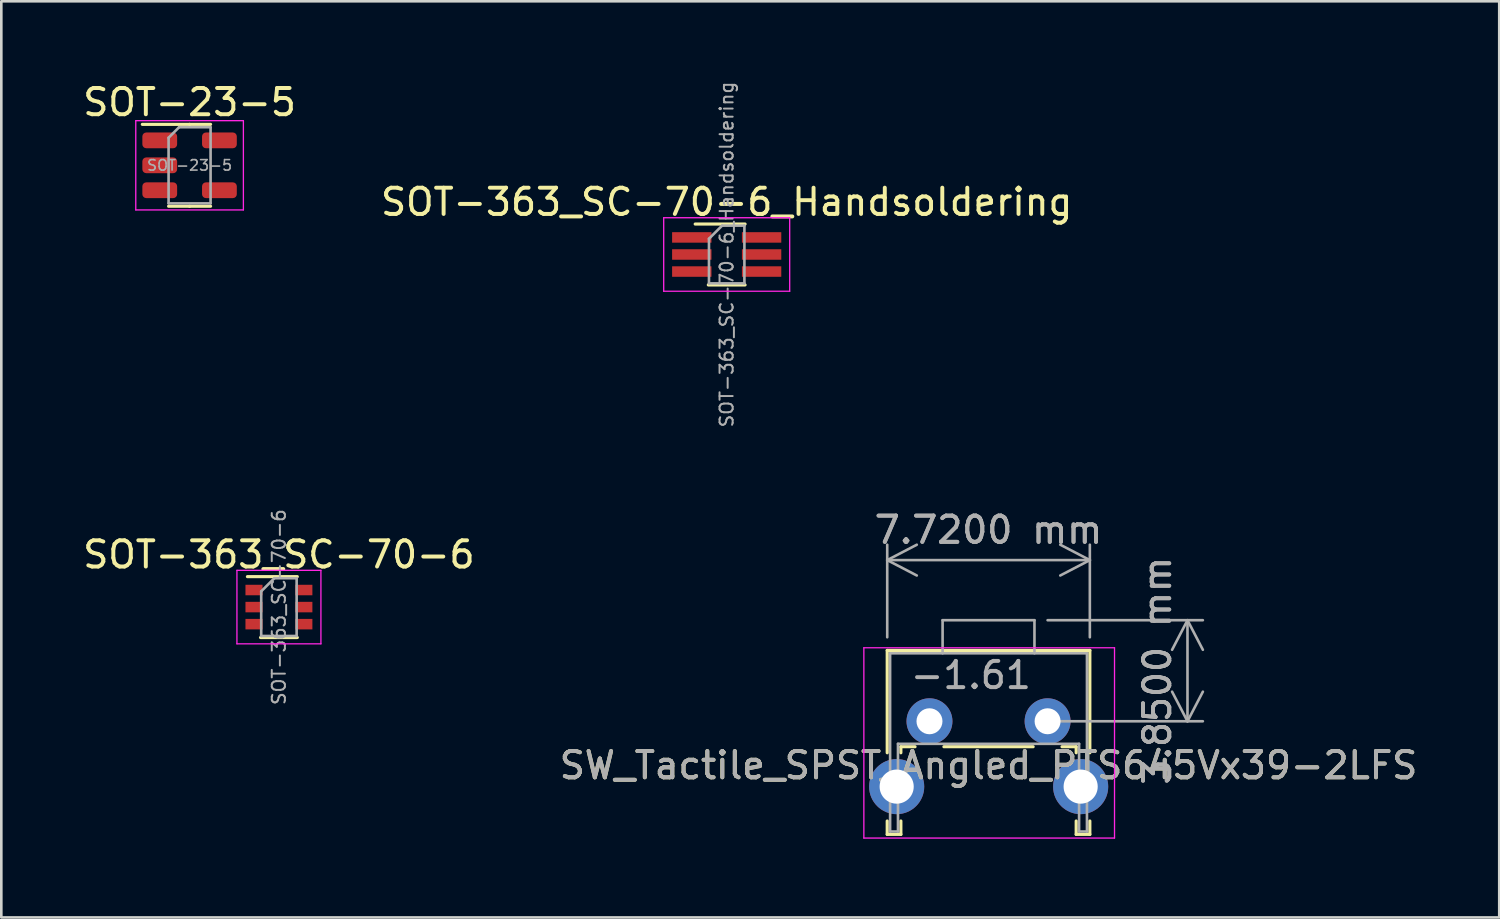
<source format=kicad_pcb>
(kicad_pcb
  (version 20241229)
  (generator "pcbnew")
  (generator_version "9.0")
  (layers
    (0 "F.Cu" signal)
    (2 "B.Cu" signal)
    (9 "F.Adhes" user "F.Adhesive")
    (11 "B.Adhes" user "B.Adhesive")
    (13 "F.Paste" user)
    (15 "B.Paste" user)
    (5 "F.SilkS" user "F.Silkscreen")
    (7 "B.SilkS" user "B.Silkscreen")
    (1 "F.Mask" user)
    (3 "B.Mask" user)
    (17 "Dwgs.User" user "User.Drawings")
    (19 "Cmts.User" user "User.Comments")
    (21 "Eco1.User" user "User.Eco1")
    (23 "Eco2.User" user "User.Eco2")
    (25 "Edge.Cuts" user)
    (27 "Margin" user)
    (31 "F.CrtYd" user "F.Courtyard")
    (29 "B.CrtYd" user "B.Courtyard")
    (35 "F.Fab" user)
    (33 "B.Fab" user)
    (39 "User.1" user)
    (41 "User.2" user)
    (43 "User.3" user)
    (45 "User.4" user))
  (footprint "SOT-23-5"
    (layer "F.Cu")
    (at 4.173 3.248)
    (property "Reference" "SOT-23-5" (at 0 -2.4 180) (layer "F.SilkS") (effects (font (size 1 1) (thickness 0.15))))
    (attr smd)
    (fp_line (start 0 -1.56) (end -1.8 -1.56) (stroke (width 0.12) (type solid)) (layer "F.SilkS"))
    (fp_line (start 0 -1.56) (end 0.8 -1.56) (stroke (width 0.12) (type solid)) (layer "F.SilkS"))
    (fp_line (start 0 1.56) (end -0.8 1.56) (stroke (width 0.12) (type solid)) (layer "F.SilkS"))
    (fp_line (start 0 1.56) (end 0.8 1.56) (stroke (width 0.12) (type solid)) (layer "F.SilkS"))
    (fp_line (start -2.05 -1.7) (end -2.05 1.7) (stroke (width 0.05) (type solid)) (layer "F.CrtYd"))
    (fp_line (start -2.05 1.7) (end 2.05 1.7) (stroke (width 0.05) (type solid)) (layer "F.CrtYd"))
    (fp_line (start 2.05 -1.7) (end -2.05 -1.7) (stroke (width 0.05) (type solid)) (layer "F.CrtYd"))
    (fp_line (start 2.05 1.7) (end 2.05 -1.7) (stroke (width 0.05) (type solid)) (layer "F.CrtYd"))
    (fp_line (start -0.8 -1.05) (end -0.4 -1.45) (stroke (width 0.1) (type solid)) (layer "F.Fab"))
    (fp_line (start -0.8 1.45) (end -0.8 -1.05) (stroke (width 0.1) (type solid)) (layer "F.Fab"))
    (fp_line (start -0.4 -1.45) (end 0.8 -1.45) (stroke (width 0.1) (type solid)) (layer "F.Fab"))
    (fp_line (start 0.8 -1.45) (end 0.8 1.45) (stroke (width 0.1) (type solid)) (layer "F.Fab"))
    (fp_line (start 0.8 1.45) (end -0.8 1.45) (stroke (width 0.1) (type solid)) (layer "F.Fab"))
    (fp_text user "${REFERENCE}" (at 0 0 180) (layer "F.Fab") (effects (font (size 0.4 0.4) (thickness 0.06))))
    (pad "1" smd roundrect (at -1.137 -0.95) (size 1.325 0.6) (layers "F.Cu" "F.Mask" "F.Paste") (roundrect_rratio 0.25))
    (pad "2" smd roundrect (at -1.137 0) (size 1.325 0.6) (layers "F.Cu" "F.Mask" "F.Paste") (roundrect_rratio 0.25))
    (pad "3" smd roundrect (at -1.137 0.95) (size 1.325 0.6) (layers "F.Cu" "F.Mask" "F.Paste") (roundrect_rratio 0.25))
    (pad "4" smd roundrect (at 1.137 0.95) (size 1.325 0.6) (layers "F.Cu" "F.Mask" "F.Paste") (roundrect_rratio 0.25))
    (pad "5" smd roundrect (at 1.137 -0.95) (size 1.325 0.6) (layers "F.Cu" "F.Mask" "F.Paste") (roundrect_rratio 0.25)))
  (footprint "SOT-363_SC-70-6"
    (layer "F.Cu")
    (at 7.577 20.08)
    (property "Reference" "SOT-363_SC-70-6" (at 0 -2 0) (layer "F.SilkS") (effects (font (size 1 1) (thickness 0.15))))
    (attr smd)
    (fp_line (start -0.7 1.16) (end 0.7 1.16) (stroke (width 0.12) (type solid)) (layer "F.SilkS"))
    (fp_line (start 0.7 -1.16) (end -1.2 -1.16) (stroke (width 0.12) (type solid)) (layer "F.SilkS"))
    (fp_line (start -1.6 -1.4) (end -1.6 1.4) (stroke (width 0.05) (type solid)) (layer "F.CrtYd"))
    (fp_line (start -1.6 -1.4) (end 1.6 -1.4) (stroke (width 0.05) (type solid)) (layer "F.CrtYd"))
    (fp_line (start -1.6 1.4) (end 1.6 1.4) (stroke (width 0.05) (type solid)) (layer "F.CrtYd"))
    (fp_line (start 1.6 1.4) (end 1.6 -1.4) (stroke (width 0.05) (type solid)) (layer "F.CrtYd"))
    (fp_line (start -0.675 -0.6) (end -0.675 1.1) (stroke (width 0.1) (type solid)) (layer "F.Fab"))
    (fp_line (start -0.175 -1.1) (end -0.675 -0.6) (stroke (width 0.1) (type solid)) (layer "F.Fab"))
    (fp_line (start 0.675 -1.1) (end -0.175 -1.1) (stroke (width 0.1) (type solid)) (layer "F.Fab"))
    (fp_line (start 0.675 -1.1) (end 0.675 1.1) (stroke (width 0.1) (type solid)) (layer "F.Fab"))
    (fp_line (start 0.675 1.1) (end -0.675 1.1) (stroke (width 0.1) (type solid)) (layer "F.Fab"))
    (fp_text user "${REFERENCE}" (at 0 0 90) (layer "F.Fab") (effects (font (size 0.5 0.5) (thickness 0.075))))
    (pad "1" smd rect (at -0.95 -0.65) (size 0.65 0.4) (layers "F.Cu" "F.Mask" "F.Paste"))
    (pad "2" smd rect (at -0.95 0) (size 0.65 0.4) (layers "F.Cu" "F.Mask" "F.Paste"))
    (pad "3" smd rect (at -0.95 0.65) (size 0.65 0.4) (layers "F.Cu" "F.Mask" "F.Paste"))
    (pad "4" smd rect (at 0.95 0.65) (size 0.65 0.4) (layers "F.Cu" "F.Mask" "F.Paste"))
    (pad "5" smd rect (at 0.95 0) (size 0.65 0.4) (layers "F.Cu" "F.Mask" "F.Paste"))
    (pad "6" smd rect (at 0.95 -0.65) (size 0.65 0.4) (layers "F.Cu" "F.Mask" "F.Paste")))
  (footprint "SW_Tactile_SPST_Angled_PTS645Vx39-2LFS"
    (layer "F.Cu")
    (at 32.363 24.43)
    (property "Reference" "SW_Tactile_SPST_Angled_PTS645Vx39-2LFS" (at 2.25 1.68 0) (layer "F.SilkS") (effects (font (size 1 1) (thickness 0.15))))
    (attr through_hole)
    (fp_line (start -1.61 -2.7) (end -1.61 1.2) (stroke (width 0.12) (type solid)) (layer "F.SilkS"))
    (fp_line (start -1.61 -2.7) (end 6.11 -2.7) (stroke (width 0.12) (type solid)) (layer "F.SilkS"))
    (fp_line (start -1.61 3.8) (end -1.61 4.31) (stroke (width 0.12) (type solid)) (layer "F.SilkS"))
    (fp_line (start -1.61 4.31) (end -1.09 4.31) (stroke (width 0.12) (type solid)) (layer "F.SilkS"))
    (fp_line (start -1.09 0.97) (end -1.09 1.2) (stroke (width 0.12) (type solid)) (layer "F.SilkS"))
    (fp_line (start -1.09 0.97) (end -0.55 0.97) (stroke (width 0.12) (type solid)) (layer "F.SilkS"))
    (fp_line (start -1.09 3.8) (end -1.09 4.31) (stroke (width 0.12) (type solid)) (layer "F.SilkS"))
    (fp_line (start 0.55 0.97) (end 3.95 0.97) (stroke (width 0.12) (type solid)) (layer "F.SilkS"))
    (fp_line (start 5.05 0.97) (end 5.59 0.97) (stroke (width 0.12) (type solid)) (layer "F.SilkS"))
    (fp_line (start 5.59 0.97) (end 5.59 1.2) (stroke (width 0.12) (type solid)) (layer "F.SilkS"))
    (fp_line (start 5.59 3.8) (end 5.59 4.31) (stroke (width 0.12) (type solid)) (layer "F.SilkS"))
    (fp_line (start 5.59 4.31) (end 6.11 4.31) (stroke (width 0.12) (type solid)) (layer "F.SilkS"))
    (fp_line (start 6.11 -2.7) (end 6.11 1.2) (stroke (width 0.12) (type solid)) (layer "F.SilkS"))
    (fp_line (start 6.11 3.8) (end 6.11 4.31) (stroke (width 0.12) (type solid)) (layer "F.SilkS"))
    (fp_line (start -2.5 -2.8) (end 7.05 -2.8) (stroke (width 0.05) (type solid)) (layer "F.CrtYd"))
    (fp_line (start -2.5 4.45) (end -2.5 -2.8) (stroke (width 0.05) (type solid)) (layer "F.CrtYd"))
    (fp_line (start 7.05 -2.8) (end 7.05 4.45) (stroke (width 0.05) (type solid)) (layer "F.CrtYd"))
    (fp_line (start 7.05 4.45) (end -2.5 4.45) (stroke (width 0.05) (type solid)) (layer "F.CrtYd"))
    (fp_line (start -1.5 -2.59) (end 6 -2.59) (stroke (width 0.1) (type solid)) (layer "F.Fab"))
    (fp_line (start -1.5 4.2) (end -1.5 -2.59) (stroke (width 0.1) (type solid)) (layer "F.Fab"))
    (fp_line (start -1.5 4.2) (end -1.2 4.2) (stroke (width 0.1) (type solid)) (layer "F.Fab"))
    (fp_line (start -1.2 0.86) (end 5.7 0.86) (stroke (width 0.1) (type solid)) (layer "F.Fab"))
    (fp_line (start -1.2 4.2) (end -1.2 0.86) (stroke (width 0.1) (type solid)) (layer "F.Fab"))
    (fp_line (start 0.5 -3.85) (end 0.5 -2.59) (stroke (width 0.1) (type solid)) (layer "F.Fab"))
    (fp_line (start 0.5 -3.85) (end 4 -3.85) (stroke (width 0.1) (type solid)) (layer "F.Fab"))
    (fp_line (start 4 -3.85) (end 4 -2.59) (stroke (width 0.1) (type solid)) (layer "F.Fab"))
    (fp_line (start 5.7 4.2) (end 5.7 0.86) (stroke (width 0.1) (type solid)) (layer "F.Fab"))
    (fp_line (start 5.7 4.2) (end 6 4.2) (stroke (width 0.1) (type solid)) (layer "F.Fab"))
    (fp_line (start 6 4.2) (end 6 -2.59) (stroke (width 0.1) (type solid)) (layer "F.Fab"))
    (fp_text user "-1.61" (at -0.81 -1.17 0) (unlocked yes) (layer "F.Fab") (effects (font (size 1 1) (thickness 0.15)) (justify left bottom)))
    (fp_text user "${REFERENCE}" (at 2.25 1.68 0) (layer "F.Fab") (effects (font (size 1 1) (thickness 0.15))))
    (dimension (type orthogonal) (layer "F.Fab") (pts (xy 30.753 21.73) (xy 38.473 21.73)) (height -3.44) (orientation 0) (format (prefix "") (suffix "") (units 3) (units_format 1) (precision 4)) (style (thickness 0.1) (arrow_length 1.27) (text_position_mode 0) (arrow_direction outward) (extension_height 0.586) (extension_offset 0.5) (keep_text_aligned yes)) (gr_text "7.7200 mm" (at 34.613 17.14 0) (layer "F.Fab") (effects (font (size 1 1) (thickness 0.15)))))
    (dimension (type orthogonal) (layer "F.Fab") (pts (xy 36.363 20.58) (xy 36.363 24.43)) (height 5.83) (orientation 1) (format (prefix "") (suffix "") (units 3) (units_format 1) (precision 4)) (style (thickness 0.1) (arrow_length 1.27) (text_position_mode 0) (arrow_direction outward) (extension_height 0.586) (extension_offset 0.5) (keep_text_aligned yes)) (gr_text "3.8500 mm" (at 41.043 22.505 90) (layer "F.Fab") (effects (font (size 1 1) (thickness 0.15)))))
    (pad "" thru_hole circle (at -1.25 2.49) (size 2.1 2.1) (drill 1.3) (layers "*.Cu" "*.Mask"))
    (pad "" thru_hole circle (at 5.76 2.49) (size 2.1 2.1) (drill 1.3) (layers "*.Cu" "*.Mask"))
    (pad "1" thru_hole circle (at 0 0) (size 1.75 1.75) (drill 0.99) (layers "*.Cu" "*.Mask"))
    (pad "2" thru_hole circle (at 4.5 0) (size 1.75 1.75) (drill 0.99) (layers "*.Cu" "*.Mask")))
  (footprint "SOT-363_SC-70-6_Handsoldering"
    (layer "F.Cu")
    (at 24.637 6.646)
    (property "Reference" "SOT-363_SC-70-6_Handsoldering" (at 0 -2 0) (layer "F.SilkS") (effects (font (size 1 1) (thickness 0.15))))
    (attr smd)
    (fp_line (start -0.7 1.16) (end 0.7 1.16) (stroke (width 0.12) (type solid)) (layer "F.SilkS"))
    (fp_line (start 0.7 -1.16) (end -1.2 -1.16) (stroke (width 0.12) (type solid)) (layer "F.SilkS"))
    (fp_line (start -2.4 -1.4) (end -2.4 1.4) (stroke (width 0.05) (type solid)) (layer "F.CrtYd"))
    (fp_line (start -2.4 -1.4) (end 2.4 -1.4) (stroke (width 0.05) (type solid)) (layer "F.CrtYd"))
    (fp_line (start -2.4 1.4) (end 2.4 1.4) (stroke (width 0.05) (type solid)) (layer "F.CrtYd"))
    (fp_line (start 2.4 1.4) (end 2.4 -1.4) (stroke (width 0.05) (type solid)) (layer "F.CrtYd"))
    (fp_line (start -0.675 -0.6) (end -0.675 1.1) (stroke (width 0.1) (type solid)) (layer "F.Fab"))
    (fp_line (start -0.175 -1.1) (end -0.675 -0.6) (stroke (width 0.1) (type solid)) (layer "F.Fab"))
    (fp_line (start 0.675 -1.1) (end -0.175 -1.1) (stroke (width 0.1) (type solid)) (layer "F.Fab"))
    (fp_line (start 0.675 -1.1) (end 0.675 1.1) (stroke (width 0.1) (type solid)) (layer "F.Fab"))
    (fp_line (start 0.675 1.1) (end -0.675 1.1) (stroke (width 0.1) (type solid)) (layer "F.Fab"))
    (fp_text user "${REFERENCE}" (at 0 0 90) (layer "F.Fab") (effects (font (size 0.5 0.5) (thickness 0.075))))
    (pad "1" smd rect (at -1.33 -0.65) (size 1.5 0.4) (layers "F.Cu" "F.Mask" "F.Paste"))
    (pad "2" smd rect (at -1.33 0) (size 1.5 0.4) (layers "F.Cu" "F.Mask" "F.Paste"))
    (pad "3" smd rect (at -1.33 0.65) (size 1.5 0.4) (layers "F.Cu" "F.Mask" "F.Paste"))
    (pad "4" smd rect (at 1.33 0.65) (size 1.5 0.4) (layers "F.Cu" "F.Mask" "F.Paste"))
    (pad "5" smd rect (at 1.33 0) (size 1.5 0.4) (layers "F.Cu" "F.Mask" "F.Paste"))
    (pad "6" smd rect (at 1.33 -0.65) (size 1.5 0.4) (layers "F.Cu" "F.Mask" "F.Paste")))
  (gr_rect
    (start -3 -3)
    (end 54.071 31.905)
    (stroke (width 0.1) (type default))
    (fill no)
    (layer "Edge.Cuts")))
</source>
